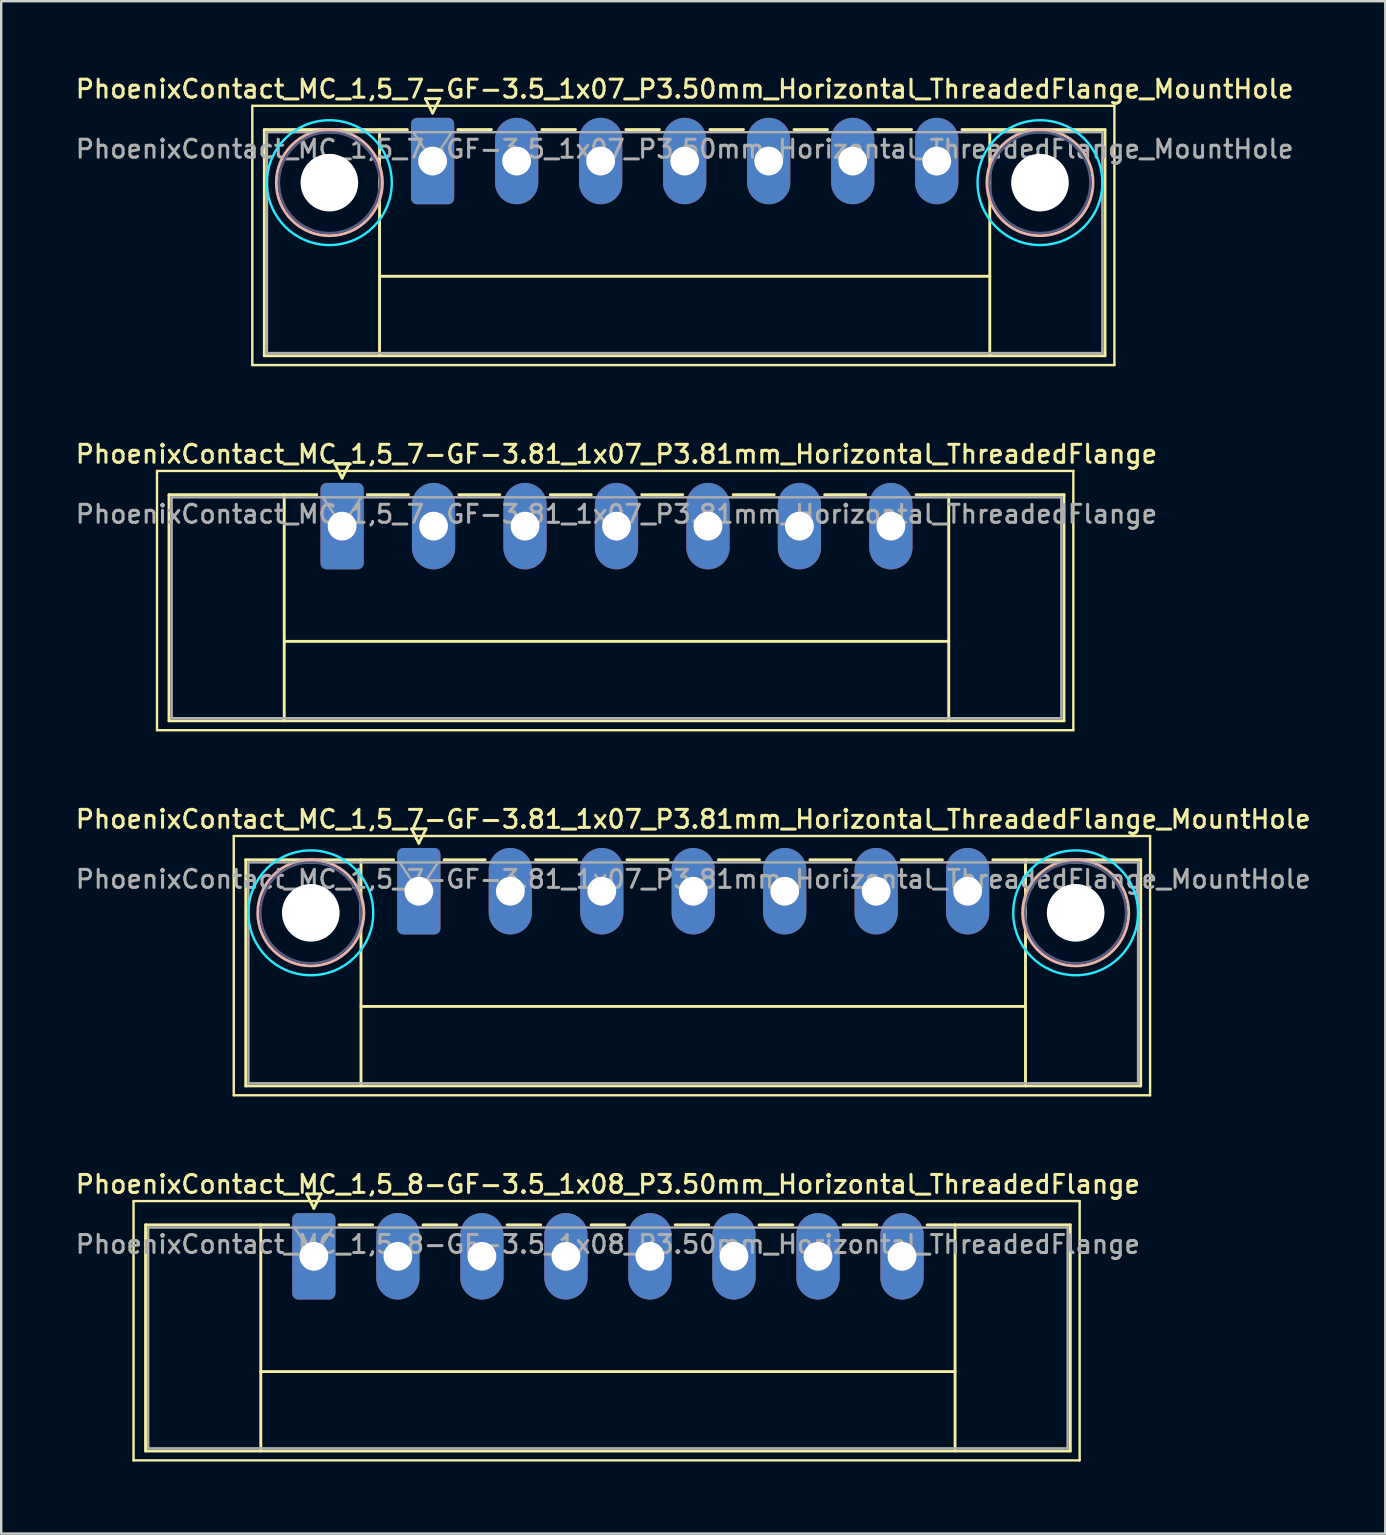
<source format=kicad_pcb>
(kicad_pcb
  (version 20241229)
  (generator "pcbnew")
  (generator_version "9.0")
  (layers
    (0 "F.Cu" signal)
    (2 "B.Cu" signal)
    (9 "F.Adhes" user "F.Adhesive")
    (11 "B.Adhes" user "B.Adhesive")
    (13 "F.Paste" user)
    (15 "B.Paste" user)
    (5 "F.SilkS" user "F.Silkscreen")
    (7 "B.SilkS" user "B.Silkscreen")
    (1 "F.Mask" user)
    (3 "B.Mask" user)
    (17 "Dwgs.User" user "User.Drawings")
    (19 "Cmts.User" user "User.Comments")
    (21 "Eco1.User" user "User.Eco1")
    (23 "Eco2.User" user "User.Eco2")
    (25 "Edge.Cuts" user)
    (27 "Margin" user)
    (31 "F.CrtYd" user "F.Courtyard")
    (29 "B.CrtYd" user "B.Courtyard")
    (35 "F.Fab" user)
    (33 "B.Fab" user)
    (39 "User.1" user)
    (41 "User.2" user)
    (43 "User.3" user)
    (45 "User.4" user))
  (footprint "PhoenixContact_MC_1,5_7-GF-3.81_1x07_P3.81mm_Horizontal_ThreadedFlange"
    (layer "F.Cu")
    (at 11.2 18.866)
    (property "Reference" "PhoenixContact_MC_1,5_7-GF-3.81_1x07_P3.81mm_Horizontal_ThreadedFlange" (at 11.43 -3 0) (layer "F.SilkS") (effects (font (size 0.75 0.75) (thickness 0.125))))
    (attr through_hole)
    (fp_line (start -7.71 -2.3) (end -7.71 8.5) (stroke (width 0.1) (type solid)) (layer "F.SilkS"))
    (fp_line (start -7.71 8.5) (end 30.46 8.5) (stroke (width 0.1) (type solid)) (layer "F.SilkS"))
    (fp_line (start -7.21 -1.31) (end -7.21 8.11) (stroke (width 0.12) (type solid)) (layer "F.SilkS"))
    (fp_line (start -7.21 -1.31) (end -1.05 -1.31) (stroke (width 0.12) (type solid)) (layer "F.SilkS"))
    (fp_line (start -7.21 8.11) (end 30.07 8.11) (stroke (width 0.12) (type solid)) (layer "F.SilkS"))
    (fp_line (start -2.41 -1.31) (end -2.41 8.11) (stroke (width 0.12) (type solid)) (layer "F.SilkS"))
    (fp_line (start -2.41 4.8) (end 25.27 4.8) (stroke (width 0.12) (type solid)) (layer "F.SilkS"))
    (fp_line (start -0.3 -2.6) (end 0.3 -2.6) (stroke (width 0.12) (type solid)) (layer "F.SilkS"))
    (fp_line (start 0 -2) (end -0.3 -2.6) (stroke (width 0.12) (type solid)) (layer "F.SilkS"))
    (fp_line (start 0.3 -2.6) (end 0 -2) (stroke (width 0.12) (type solid)) (layer "F.SilkS"))
    (fp_line (start 1.05 -1.31) (end 2.76 -1.31) (stroke (width 0.12) (type solid)) (layer "F.SilkS"))
    (fp_line (start 4.86 -1.31) (end 6.57 -1.31) (stroke (width 0.12) (type solid)) (layer "F.SilkS"))
    (fp_line (start 8.67 -1.31) (end 10.38 -1.31) (stroke (width 0.12) (type solid)) (layer "F.SilkS"))
    (fp_line (start 12.48 -1.31) (end 14.19 -1.31) (stroke (width 0.12) (type solid)) (layer "F.SilkS"))
    (fp_line (start 16.29 -1.31) (end 18 -1.31) (stroke (width 0.12) (type solid)) (layer "F.SilkS"))
    (fp_line (start 20.1 -1.31) (end 21.81 -1.31) (stroke (width 0.12) (type solid)) (layer "F.SilkS"))
    (fp_line (start 25.27 -1.31) (end 25.27 8.11) (stroke (width 0.12) (type solid)) (layer "F.SilkS"))
    (fp_line (start 30.07 -1.31) (end 23.91 -1.31) (stroke (width 0.12) (type solid)) (layer "F.SilkS"))
    (fp_line (start 30.07 8.11) (end 30.07 -1.31) (stroke (width 0.12) (type solid)) (layer "F.SilkS"))
    (fp_line (start 30.46 -2.3) (end -7.71 -2.3) (stroke (width 0.1) (type solid)) (layer "F.SilkS"))
    (fp_line (start 30.46 8.5) (end 30.46 -2.3) (stroke (width 0.1) (type solid)) (layer "F.SilkS"))
    (fp_line (start -7.1 -1.2) (end -7.1 8) (stroke (width 0.1) (type solid)) (layer "F.Fab"))
    (fp_line (start -7.1 8) (end 29.96 8) (stroke (width 0.1) (type solid)) (layer "F.Fab"))
    (fp_line (start 0 0) (end -0.8 -1.2) (stroke (width 0.1) (type solid)) (layer "F.Fab"))
    (fp_line (start 0.8 -1.2) (end 0 0) (stroke (width 0.1) (type solid)) (layer "F.Fab"))
    (fp_line (start 29.96 -1.2) (end -7.1 -1.2) (stroke (width 0.1) (type solid)) (layer "F.Fab"))
    (fp_line (start 29.96 8) (end 29.96 -1.2) (stroke (width 0.1) (type solid)) (layer "F.Fab"))
    (fp_text user "${REFERENCE}" (at 11.43 -0.5 0) (layer "F.Fab") (effects (font (size 0.75 0.75) (thickness 0.125))))
    (pad "1" thru_hole roundrect (at 0 0) (size 1.8 3.6) (drill 1.2) (layers "*.Cu" "*.Mask") (roundrect_rratio 0.139))
    (pad "2" thru_hole oval (at 3.81 0) (size 1.8 3.6) (drill 1.2) (layers "*.Cu" "*.Mask"))
    (pad "3" thru_hole oval (at 7.62 0) (size 1.8 3.6) (drill 1.2) (layers "*.Cu" "*.Mask"))
    (pad "4" thru_hole oval (at 11.43 0) (size 1.8 3.6) (drill 1.2) (layers "*.Cu" "*.Mask"))
    (pad "5" thru_hole oval (at 15.24 0) (size 1.8 3.6) (drill 1.2) (layers "*.Cu" "*.Mask"))
    (pad "6" thru_hole oval (at 19.05 0) (size 1.8 3.6) (drill 1.2) (layers "*.Cu" "*.Mask"))
    (pad "7" thru_hole oval (at 22.86 0) (size 1.8 3.6) (drill 1.2) (layers "*.Cu" "*.Mask")))
  (footprint "PhoenixContact_MC_1,5_8-GF-3.5_1x08_P3.50mm_Horizontal_ThreadedFlange"
    (layer "F.Cu")
    (at 10.023 49.282)
    (property "Reference" "PhoenixContact_MC_1,5_8-GF-3.5_1x08_P3.50mm_Horizontal_ThreadedFlange" (at 12.25 -3 0) (layer "F.SilkS") (effects (font (size 0.75 0.75) (thickness 0.125))))
    (attr through_hole)
    (fp_line (start -7.51 -2.3) (end -7.51 8.5) (stroke (width 0.1) (type solid)) (layer "F.SilkS"))
    (fp_line (start -7.51 8.5) (end 31.9 8.5) (stroke (width 0.1) (type solid)) (layer "F.SilkS"))
    (fp_line (start -7.01 -1.31) (end -7.01 8.11) (stroke (width 0.12) (type solid)) (layer "F.SilkS"))
    (fp_line (start -7.01 -1.31) (end -1.05 -1.31) (stroke (width 0.12) (type solid)) (layer "F.SilkS"))
    (fp_line (start -7.01 8.11) (end 31.51 8.11) (stroke (width 0.12) (type solid)) (layer "F.SilkS"))
    (fp_line (start -2.21 -1.31) (end -2.21 8.11) (stroke (width 0.12) (type solid)) (layer "F.SilkS"))
    (fp_line (start -2.21 4.8) (end 26.71 4.8) (stroke (width 0.12) (type solid)) (layer "F.SilkS"))
    (fp_line (start -0.3 -2.6) (end 0.3 -2.6) (stroke (width 0.12) (type solid)) (layer "F.SilkS"))
    (fp_line (start 0 -2) (end -0.3 -2.6) (stroke (width 0.12) (type solid)) (layer "F.SilkS"))
    (fp_line (start 0.3 -2.6) (end 0 -2) (stroke (width 0.12) (type solid)) (layer "F.SilkS"))
    (fp_line (start 1.05 -1.31) (end 2.45 -1.31) (stroke (width 0.12) (type solid)) (layer "F.SilkS"))
    (fp_line (start 4.55 -1.31) (end 5.95 -1.31) (stroke (width 0.12) (type solid)) (layer "F.SilkS"))
    (fp_line (start 8.05 -1.31) (end 9.45 -1.31) (stroke (width 0.12) (type solid)) (layer "F.SilkS"))
    (fp_line (start 11.55 -1.31) (end 12.95 -1.31) (stroke (width 0.12) (type solid)) (layer "F.SilkS"))
    (fp_line (start 15.05 -1.31) (end 16.45 -1.31) (stroke (width 0.12) (type solid)) (layer "F.SilkS"))
    (fp_line (start 18.55 -1.31) (end 19.95 -1.31) (stroke (width 0.12) (type solid)) (layer "F.SilkS"))
    (fp_line (start 22.05 -1.31) (end 23.45 -1.31) (stroke (width 0.12) (type solid)) (layer "F.SilkS"))
    (fp_line (start 26.71 -1.31) (end 26.71 8.11) (stroke (width 0.12) (type solid)) (layer "F.SilkS"))
    (fp_line (start 31.51 -1.31) (end 25.55 -1.31) (stroke (width 0.12) (type solid)) (layer "F.SilkS"))
    (fp_line (start 31.51 8.11) (end 31.51 -1.31) (stroke (width 0.12) (type solid)) (layer "F.SilkS"))
    (fp_line (start 31.9 -2.3) (end -7.51 -2.3) (stroke (width 0.1) (type solid)) (layer "F.SilkS"))
    (fp_line (start 31.9 8.5) (end 31.9 -2.3) (stroke (width 0.1) (type solid)) (layer "F.SilkS"))
    (fp_line (start -6.9 -1.2) (end -6.9 8) (stroke (width 0.1) (type solid)) (layer "F.Fab"))
    (fp_line (start -6.9 8) (end 31.4 8) (stroke (width 0.1) (type solid)) (layer "F.Fab"))
    (fp_line (start 0 0) (end -0.8 -1.2) (stroke (width 0.1) (type solid)) (layer "F.Fab"))
    (fp_line (start 0.8 -1.2) (end 0 0) (stroke (width 0.1) (type solid)) (layer "F.Fab"))
    (fp_line (start 31.4 -1.2) (end -6.9 -1.2) (stroke (width 0.1) (type solid)) (layer "F.Fab"))
    (fp_line (start 31.4 8) (end 31.4 -1.2) (stroke (width 0.1) (type solid)) (layer "F.Fab"))
    (fp_text user "${REFERENCE}" (at 12.25 -0.5 0) (layer "F.Fab") (effects (font (size 0.75 0.75) (thickness 0.125))))
    (pad "1" thru_hole roundrect (at 0 0) (size 1.8 3.6) (drill 1.2) (layers "*.Cu" "*.Mask") (roundrect_rratio 0.139))
    (pad "2" thru_hole oval (at 3.5 0) (size 1.8 3.6) (drill 1.2) (layers "*.Cu" "*.Mask"))
    (pad "3" thru_hole oval (at 7 0) (size 1.8 3.6) (drill 1.2) (layers "*.Cu" "*.Mask"))
    (pad "4" thru_hole oval (at 10.5 0) (size 1.8 3.6) (drill 1.2) (layers "*.Cu" "*.Mask"))
    (pad "5" thru_hole oval (at 14 0) (size 1.8 3.6) (drill 1.2) (layers "*.Cu" "*.Mask"))
    (pad "6" thru_hole oval (at 17.5 0) (size 1.8 3.6) (drill 1.2) (layers "*.Cu" "*.Mask"))
    (pad "7" thru_hole oval (at 21 0) (size 1.8 3.6) (drill 1.2) (layers "*.Cu" "*.Mask"))
    (pad "8" thru_hole oval (at 24.5 0) (size 1.8 3.6) (drill 1.2) (layers "*.Cu" "*.Mask")))
  (footprint "PhoenixContact_MC_1,5_7-GF-3.81_1x07_P3.81mm_Horizontal_ThreadedFlange_MountHole"
    (layer "F.Cu")
    (at 14.397 34.074)
    (property "Reference" "PhoenixContact_MC_1,5_7-GF-3.81_1x07_P3.81mm_Horizontal_ThreadedFlange_MountHole" (at 11.43 -3 0) (layer "F.SilkS") (effects (font (size 0.75 0.75) (thickness 0.125))))
    (attr through_hole)
    (fp_line (start -7.71 -2.3) (end -7.71 8.5) (stroke (width 0.1) (type solid)) (layer "F.SilkS"))
    (fp_line (start -7.71 8.5) (end 30.46 8.5) (stroke (width 0.1) (type solid)) (layer "F.SilkS"))
    (fp_line (start -7.21 -1.31) (end -7.21 8.11) (stroke (width 0.12) (type solid)) (layer "F.SilkS"))
    (fp_line (start -7.21 -1.31) (end -1.05 -1.31) (stroke (width 0.12) (type solid)) (layer "F.SilkS"))
    (fp_line (start -7.21 8.11) (end 30.07 8.11) (stroke (width 0.12) (type solid)) (layer "F.SilkS"))
    (fp_line (start -2.41 -1.31) (end -2.41 8.11) (stroke (width 0.12) (type solid)) (layer "F.SilkS"))
    (fp_line (start -2.41 4.8) (end 25.27 4.8) (stroke (width 0.12) (type solid)) (layer "F.SilkS"))
    (fp_line (start -0.3 -2.6) (end 0.3 -2.6) (stroke (width 0.12) (type solid)) (layer "F.SilkS"))
    (fp_line (start 0 -2) (end -0.3 -2.6) (stroke (width 0.12) (type solid)) (layer "F.SilkS"))
    (fp_line (start 0.3 -2.6) (end 0 -2) (stroke (width 0.12) (type solid)) (layer "F.SilkS"))
    (fp_line (start 1.05 -1.31) (end 2.76 -1.31) (stroke (width 0.12) (type solid)) (layer "F.SilkS"))
    (fp_line (start 4.86 -1.31) (end 6.57 -1.31) (stroke (width 0.12) (type solid)) (layer "F.SilkS"))
    (fp_line (start 8.67 -1.31) (end 10.38 -1.31) (stroke (width 0.12) (type solid)) (layer "F.SilkS"))
    (fp_line (start 12.48 -1.31) (end 14.19 -1.31) (stroke (width 0.12) (type solid)) (layer "F.SilkS"))
    (fp_line (start 16.29 -1.31) (end 18 -1.31) (stroke (width 0.12) (type solid)) (layer "F.SilkS"))
    (fp_line (start 20.1 -1.31) (end 21.81 -1.31) (stroke (width 0.12) (type solid)) (layer "F.SilkS"))
    (fp_line (start 25.27 -1.31) (end 25.27 8.11) (stroke (width 0.12) (type solid)) (layer "F.SilkS"))
    (fp_line (start 30.07 -1.31) (end 23.91 -1.31) (stroke (width 0.12) (type solid)) (layer "F.SilkS"))
    (fp_line (start 30.07 8.11) (end 30.07 -1.31) (stroke (width 0.12) (type solid)) (layer "F.SilkS"))
    (fp_line (start 30.46 -2.3) (end -7.71 -2.3) (stroke (width 0.1) (type solid)) (layer "F.SilkS"))
    (fp_line (start 30.46 8.5) (end 30.46 -2.3) (stroke (width 0.1) (type solid)) (layer "F.SilkS"))
    (fp_circle (center -4.5 0.9) (end -2.29 0.9) (stroke (width 0.12) (type solid)) (fill no) (layer "B.SilkS"))
    (fp_circle (center 27.36 0.9) (end 29.57 0.9) (stroke (width 0.12) (type solid)) (fill no) (layer "B.SilkS"))
    (fp_circle (center -4.5 0.9) (end -1.9 0.9) (stroke (width 0.1) (type solid)) (fill no) (layer "B.CrtYd"))
    (fp_circle (center 27.36 0.9) (end 29.96 0.9) (stroke (width 0.1) (type solid)) (fill no) (layer "B.CrtYd"))
    (fp_circle (center -4.5 0.9) (end -2.4 0.9) (stroke (width 0.1) (type solid)) (fill no) (layer "B.Fab"))
    (fp_circle (center 27.36 0.9) (end 29.46 0.9) (stroke (width 0.1) (type solid)) (fill no) (layer "B.Fab"))
    (fp_line (start -7.1 -1.2) (end -7.1 8) (stroke (width 0.1) (type solid)) (layer "F.Fab"))
    (fp_line (start -7.1 8) (end 29.96 8) (stroke (width 0.1) (type solid)) (layer "F.Fab"))
    (fp_line (start 0 0) (end -0.8 -1.2) (stroke (width 0.1) (type solid)) (layer "F.Fab"))
    (fp_line (start 0.8 -1.2) (end 0 0) (stroke (width 0.1) (type solid)) (layer "F.Fab"))
    (fp_line (start 29.96 -1.2) (end -7.1 -1.2) (stroke (width 0.1) (type solid)) (layer "F.Fab"))
    (fp_line (start 29.96 8) (end 29.96 -1.2) (stroke (width 0.1) (type solid)) (layer "F.Fab"))
    (fp_text user "${REFERENCE}" (at 11.43 -0.5 0) (layer "F.Fab") (effects (font (size 0.75 0.75) (thickness 0.125))))
    (pad "" np_thru_hole circle (at -4.5 0.9) (size 2.4 2.4) (drill 2.4) (layers "*.Cu" "*.Mask"))
    (pad "" np_thru_hole circle (at 27.36 0.9) (size 2.4 2.4) (drill 2.4) (layers "*.Cu" "*.Mask"))
    (pad "1" thru_hole roundrect (at 0 0) (size 1.8 3.6) (drill 1.2) (layers "*.Cu" "*.Mask") (roundrect_rratio 0.139))
    (pad "2" thru_hole oval (at 3.81 0) (size 1.8 3.6) (drill 1.2) (layers "*.Cu" "*.Mask"))
    (pad "3" thru_hole oval (at 7.62 0) (size 1.8 3.6) (drill 1.2) (layers "*.Cu" "*.Mask"))
    (pad "4" thru_hole oval (at 11.43 0) (size 1.8 3.6) (drill 1.2) (layers "*.Cu" "*.Mask"))
    (pad "5" thru_hole oval (at 15.24 0) (size 1.8 3.6) (drill 1.2) (layers "*.Cu" "*.Mask"))
    (pad "6" thru_hole oval (at 19.05 0) (size 1.8 3.6) (drill 1.2) (layers "*.Cu" "*.Mask"))
    (pad "7" thru_hole oval (at 22.86 0) (size 1.8 3.6) (drill 1.2) (layers "*.Cu" "*.Mask")))
  (footprint "PhoenixContact_MC_1,5_7-GF-3.5_1x07_P3.50mm_Horizontal_ThreadedFlange_MountHole"
    (layer "F.Cu")
    (at 14.97 3.658)
    (property "Reference" "PhoenixContact_MC_1,5_7-GF-3.5_1x07_P3.50mm_Horizontal_ThreadedFlange_MountHole" (at 10.5 -3 0) (layer "F.SilkS") (effects (font (size 0.75 0.75) (thickness 0.125))))
    (attr through_hole)
    (fp_line (start -7.51 -2.3) (end -7.51 8.5) (stroke (width 0.1) (type solid)) (layer "F.SilkS"))
    (fp_line (start -7.51 8.5) (end 28.4 8.5) (stroke (width 0.1) (type solid)) (layer "F.SilkS"))
    (fp_line (start -7.01 -1.31) (end -7.01 8.11) (stroke (width 0.12) (type solid)) (layer "F.SilkS"))
    (fp_line (start -7.01 -1.31) (end -1.05 -1.31) (stroke (width 0.12) (type solid)) (layer "F.SilkS"))
    (fp_line (start -7.01 8.11) (end 28.01 8.11) (stroke (width 0.12) (type solid)) (layer "F.SilkS"))
    (fp_line (start -2.21 -1.31) (end -2.21 8.11) (stroke (width 0.12) (type solid)) (layer "F.SilkS"))
    (fp_line (start -2.21 4.8) (end 23.21 4.8) (stroke (width 0.12) (type solid)) (layer "F.SilkS"))
    (fp_line (start -0.3 -2.6) (end 0.3 -2.6) (stroke (width 0.12) (type solid)) (layer "F.SilkS"))
    (fp_line (start 0 -2) (end -0.3 -2.6) (stroke (width 0.12) (type solid)) (layer "F.SilkS"))
    (fp_line (start 0.3 -2.6) (end 0 -2) (stroke (width 0.12) (type solid)) (layer "F.SilkS"))
    (fp_line (start 1.05 -1.31) (end 2.45 -1.31) (stroke (width 0.12) (type solid)) (layer "F.SilkS"))
    (fp_line (start 4.55 -1.31) (end 5.95 -1.31) (stroke (width 0.12) (type solid)) (layer "F.SilkS"))
    (fp_line (start 8.05 -1.31) (end 9.45 -1.31) (stroke (width 0.12) (type solid)) (layer "F.SilkS"))
    (fp_line (start 11.55 -1.31) (end 12.95 -1.31) (stroke (width 0.12) (type solid)) (layer "F.SilkS"))
    (fp_line (start 15.05 -1.31) (end 16.45 -1.31) (stroke (width 0.12) (type solid)) (layer "F.SilkS"))
    (fp_line (start 18.55 -1.31) (end 19.95 -1.31) (stroke (width 0.12) (type solid)) (layer "F.SilkS"))
    (fp_line (start 23.21 -1.31) (end 23.21 8.11) (stroke (width 0.12) (type solid)) (layer "F.SilkS"))
    (fp_line (start 28.01 -1.31) (end 22.05 -1.31) (stroke (width 0.12) (type solid)) (layer "F.SilkS"))
    (fp_line (start 28.01 8.11) (end 28.01 -1.31) (stroke (width 0.12) (type solid)) (layer "F.SilkS"))
    (fp_line (start 28.4 -2.3) (end -7.51 -2.3) (stroke (width 0.1) (type solid)) (layer "F.SilkS"))
    (fp_line (start 28.4 8.5) (end 28.4 -2.3) (stroke (width 0.1) (type solid)) (layer "F.SilkS"))
    (fp_circle (center -4.3 0.9) (end -2.09 0.9) (stroke (width 0.12) (type solid)) (fill no) (layer "B.SilkS"))
    (fp_circle (center 25.3 0.9) (end 27.51 0.9) (stroke (width 0.12) (type solid)) (fill no) (layer "B.SilkS"))
    (fp_circle (center -4.3 0.9) (end -1.7 0.9) (stroke (width 0.1) (type solid)) (fill no) (layer "B.CrtYd"))
    (fp_circle (center 25.3 0.9) (end 27.9 0.9) (stroke (width 0.1) (type solid)) (fill no) (layer "B.CrtYd"))
    (fp_circle (center -4.3 0.9) (end -2.2 0.9) (stroke (width 0.1) (type solid)) (fill no) (layer "B.Fab"))
    (fp_circle (center 25.3 0.9) (end 27.4 0.9) (stroke (width 0.1) (type solid)) (fill no) (layer "B.Fab"))
    (fp_line (start -6.9 -1.2) (end -6.9 8) (stroke (width 0.1) (type solid)) (layer "F.Fab"))
    (fp_line (start -6.9 8) (end 27.9 8) (stroke (width 0.1) (type solid)) (layer "F.Fab"))
    (fp_line (start 0 0) (end -0.8 -1.2) (stroke (width 0.1) (type solid)) (layer "F.Fab"))
    (fp_line (start 0.8 -1.2) (end 0 0) (stroke (width 0.1) (type solid)) (layer "F.Fab"))
    (fp_line (start 27.9 -1.2) (end -6.9 -1.2) (stroke (width 0.1) (type solid)) (layer "F.Fab"))
    (fp_line (start 27.9 8) (end 27.9 -1.2) (stroke (width 0.1) (type solid)) (layer "F.Fab"))
    (fp_text user "${REFERENCE}" (at 10.5 -0.5 0) (layer "F.Fab") (effects (font (size 0.75 0.75) (thickness 0.125))))
    (pad "" np_thru_hole circle (at -4.3 0.9) (size 2.4 2.4) (drill 2.4) (layers "*.Cu" "*.Mask"))
    (pad "" np_thru_hole circle (at 25.3 0.9) (size 2.4 2.4) (drill 2.4) (layers "*.Cu" "*.Mask"))
    (pad "1" thru_hole roundrect (at 0 0) (size 1.8 3.6) (drill 1.2) (layers "*.Cu" "*.Mask") (roundrect_rratio 0.139))
    (pad "2" thru_hole oval (at 3.5 0) (size 1.8 3.6) (drill 1.2) (layers "*.Cu" "*.Mask"))
    (pad "3" thru_hole oval (at 7 0) (size 1.8 3.6) (drill 1.2) (layers "*.Cu" "*.Mask"))
    (pad "4" thru_hole oval (at 10.5 0) (size 1.8 3.6) (drill 1.2) (layers "*.Cu" "*.Mask"))
    (pad "5" thru_hole oval (at 14 0) (size 1.8 3.6) (drill 1.2) (layers "*.Cu" "*.Mask"))
    (pad "6" thru_hole oval (at 17.5 0) (size 1.8 3.6) (drill 1.2) (layers "*.Cu" "*.Mask"))
    (pad "7" thru_hole oval (at 21 0) (size 1.8 3.6) (drill 1.2) (layers "*.Cu" "*.Mask")))
  (gr_rect
    (start -3 -3)
    (end 54.654 60.833)
    (stroke (width 0.1) (type default))
    (fill no)
    (layer "Edge.Cuts")))
</source>
